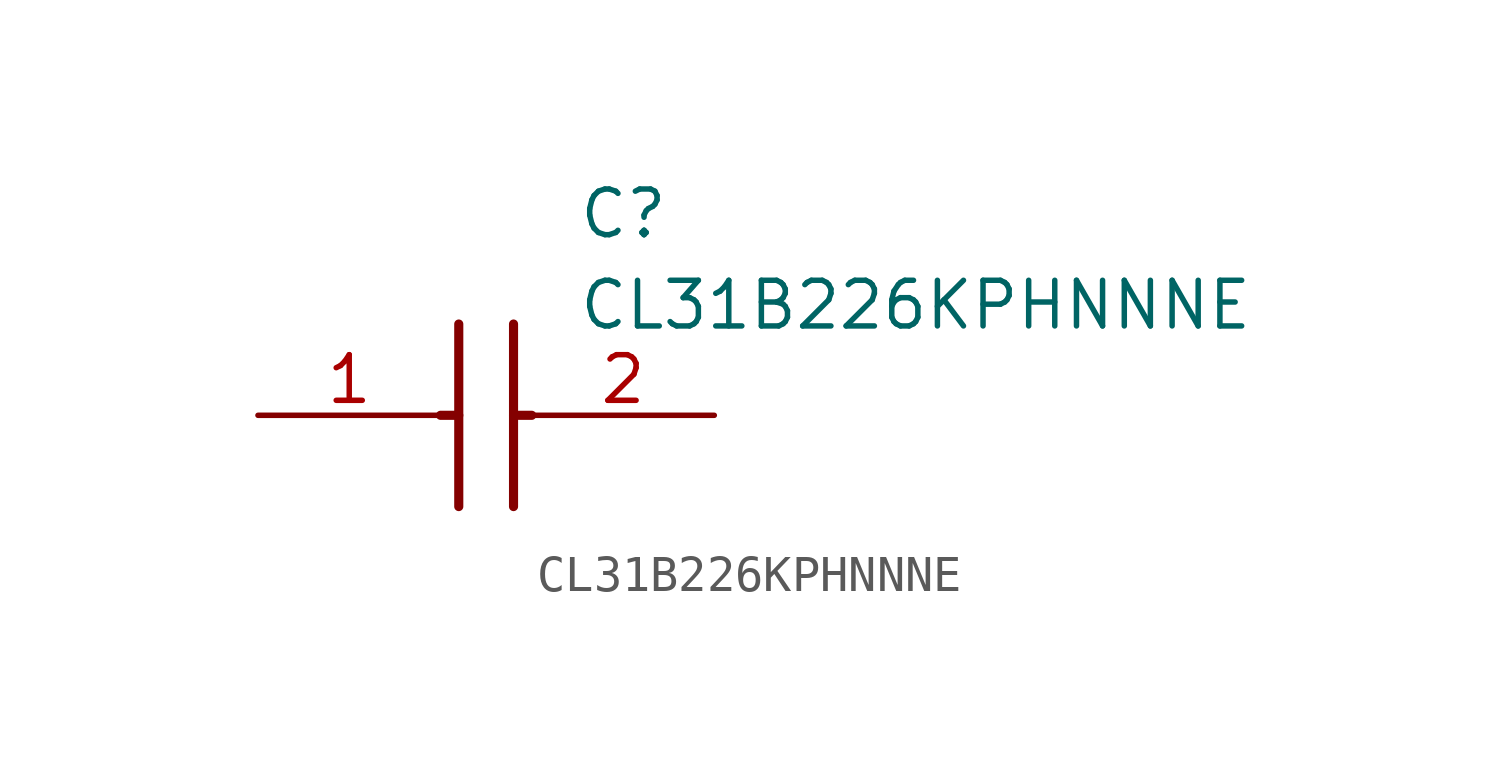
<source format=kicad_sym>
(kicad_symbol_lib
  (version 20211014)
  (generator SamacSys_ECAD_Model)
  (symbol "CL31B226KPHNNNE"
    (pin_names hide)
    (property "Reference" "C"
      (at 8.89 6.35 0)
      (effects (font (size 1.27 1.27)) (justify left top)))
    (property "Value" "CL31B226KPHNNNE"
      (at 8.89 3.81 0)
      (effects (font (size 1.27 1.27)) (justify left top)))
    (polyline
      (pts (xy 5.588 2.54) (xy 5.588 -2.54))
      (stroke (width 0.254) (type default))
      (fill (type none)))
    (polyline
      (pts (xy 7.112 2.54) (xy 7.112 -2.54))
      (stroke (width 0.254) (type default))
      (fill (type none)))
    (polyline
      (pts (xy 5.08 0) (xy 5.588 0))
      (stroke (width 0.254) (type default))
      (fill (type none)))
    (polyline
      (pts (xy 7.112 0) (xy 7.62 0))
      (stroke (width 0.254) (type default))
      (fill (type none)))
    (pin passive line
      (at 0 0 0)
      (length 5.08)
      (name "1" (effects (font (size 1.27 1.27))))
      (number "1" (effects (font (size 1.27 1.27)))))
    (pin passive line
      (at 12.7 0 180)
      (length 5.08)
      (name "2" (effects (font (size 1.27 1.27))))
      (number "2" (effects (font (size 1.27 1.27)))))))
</source>
